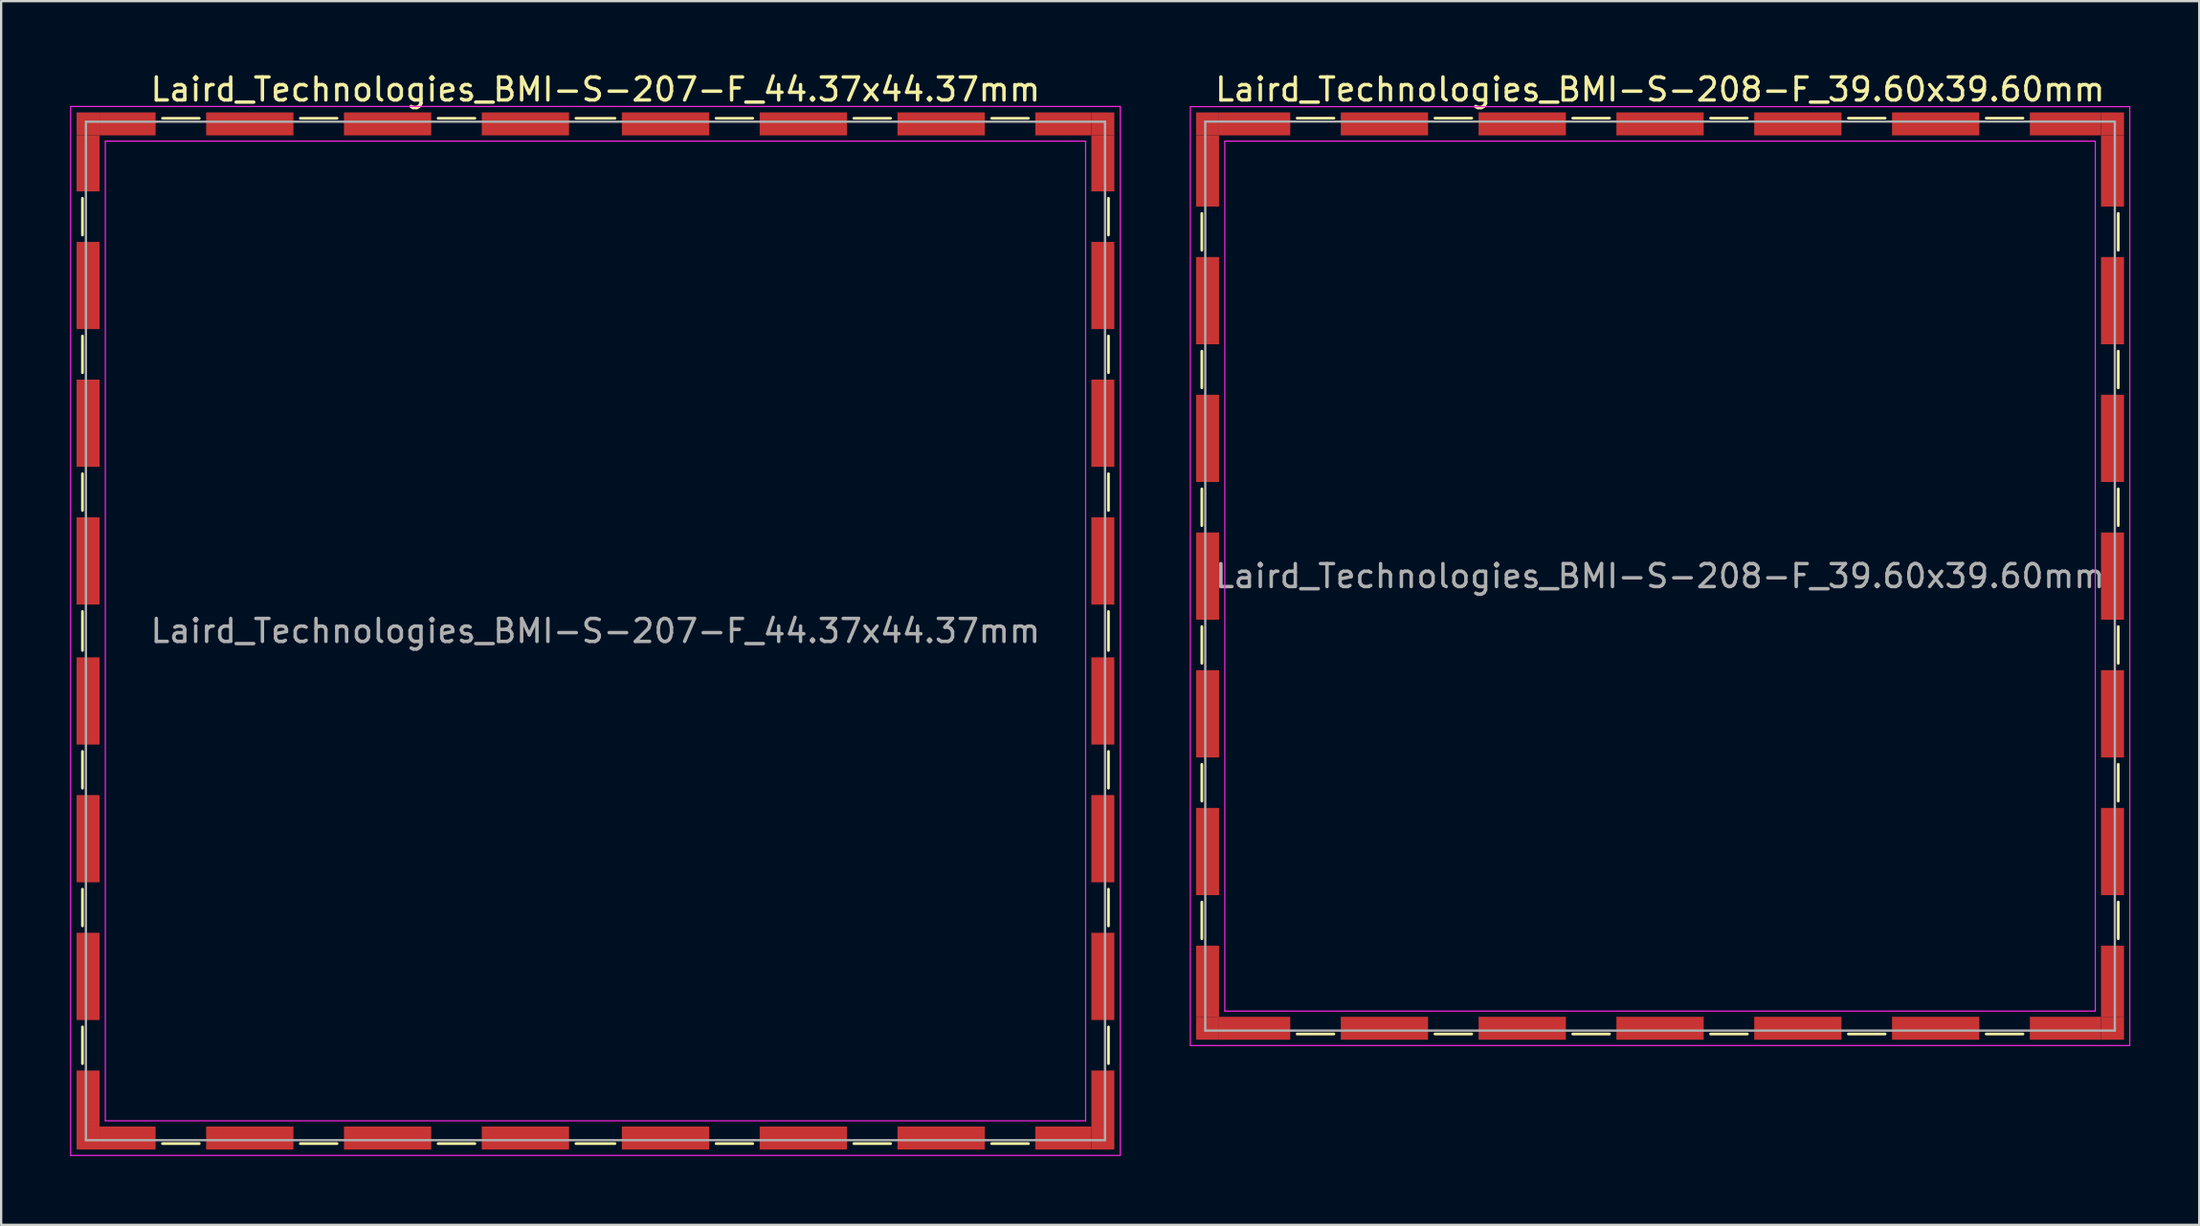
<source format=kicad_pcb>
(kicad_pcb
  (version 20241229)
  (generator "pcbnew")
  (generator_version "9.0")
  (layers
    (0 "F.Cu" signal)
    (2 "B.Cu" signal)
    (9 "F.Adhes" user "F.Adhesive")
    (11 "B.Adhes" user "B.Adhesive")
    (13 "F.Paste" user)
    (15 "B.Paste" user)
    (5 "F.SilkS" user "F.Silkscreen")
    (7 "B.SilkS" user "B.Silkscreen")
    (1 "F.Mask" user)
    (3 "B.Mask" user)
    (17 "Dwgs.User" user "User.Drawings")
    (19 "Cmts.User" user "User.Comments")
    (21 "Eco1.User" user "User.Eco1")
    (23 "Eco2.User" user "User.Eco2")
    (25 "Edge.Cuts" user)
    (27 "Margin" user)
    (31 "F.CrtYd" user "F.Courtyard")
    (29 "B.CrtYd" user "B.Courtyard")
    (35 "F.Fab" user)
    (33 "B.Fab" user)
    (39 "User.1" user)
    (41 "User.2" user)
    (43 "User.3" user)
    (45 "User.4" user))
  (footprint "Laird_Technologies_BMI-S-207-F_44.37x44.37mm"
    (layer "F.Cu")
    (at 22.875 24.438)
    (property "Reference" "Laird_Technologies_BMI-S-207-F_44.37x44.37mm" (at 0 -23.59 0) (layer "F.SilkS") (effects (font (size 1 1) (thickness 0.15))))
    (attr smd)
    (fp_line (start -22.335 -18.85) (end -22.335 -17.25) (stroke (width 0.12) (type solid)) (layer "F.SilkS"))
    (fp_line (start -22.335 -12.85) (end -22.335 -11.25) (stroke (width 0.12) (type solid)) (layer "F.SilkS"))
    (fp_line (start -22.335 -6.85) (end -22.335 -5.25) (stroke (width 0.12) (type solid)) (layer "F.SilkS"))
    (fp_line (start -22.335 -0.85) (end -22.335 0.85) (stroke (width 0.12) (type solid)) (layer "F.SilkS"))
    (fp_line (start -22.335 5.25) (end -22.335 6.85) (stroke (width 0.12) (type solid)) (layer "F.SilkS"))
    (fp_line (start -22.335 11.25) (end -22.335 12.85) (stroke (width 0.12) (type solid)) (layer "F.SilkS"))
    (fp_line (start -22.335 17.25) (end -22.335 18.85) (stroke (width 0.12) (type solid)) (layer "F.SilkS"))
    (fp_line (start -18.85 -22.335) (end -17.25 -22.335) (stroke (width 0.12) (type solid)) (layer "F.SilkS"))
    (fp_line (start -18.85 22.335) (end -17.25 22.335) (stroke (width 0.12) (type solid)) (layer "F.SilkS"))
    (fp_line (start -12.85 -22.335) (end -11.25 -22.335) (stroke (width 0.12) (type solid)) (layer "F.SilkS"))
    (fp_line (start -12.85 22.335) (end -11.25 22.335) (stroke (width 0.12) (type solid)) (layer "F.SilkS"))
    (fp_line (start -6.85 -22.335) (end -5.25 -22.335) (stroke (width 0.12) (type solid)) (layer "F.SilkS"))
    (fp_line (start -6.85 22.335) (end -5.25 22.335) (stroke (width 0.12) (type solid)) (layer "F.SilkS"))
    (fp_line (start -0.85 -22.335) (end 0.85 -22.335) (stroke (width 0.12) (type solid)) (layer "F.SilkS"))
    (fp_line (start -0.85 22.335) (end 0.85 22.335) (stroke (width 0.12) (type solid)) (layer "F.SilkS"))
    (fp_line (start 5.25 -22.335) (end 6.85 -22.335) (stroke (width 0.12) (type solid)) (layer "F.SilkS"))
    (fp_line (start 5.25 22.335) (end 6.85 22.335) (stroke (width 0.12) (type solid)) (layer "F.SilkS"))
    (fp_line (start 11.25 -22.335) (end 12.85 -22.335) (stroke (width 0.12) (type solid)) (layer "F.SilkS"))
    (fp_line (start 11.25 22.335) (end 12.85 22.335) (stroke (width 0.12) (type solid)) (layer "F.SilkS"))
    (fp_line (start 17.25 -22.335) (end 18.85 -22.335) (stroke (width 0.12) (type solid)) (layer "F.SilkS"))
    (fp_line (start 17.25 22.335) (end 18.85 22.335) (stroke (width 0.12) (type solid)) (layer "F.SilkS"))
    (fp_line (start 22.335 -18.85) (end 22.335 -17.25) (stroke (width 0.12) (type solid)) (layer "F.SilkS"))
    (fp_line (start 22.335 -12.85) (end 22.335 -11.25) (stroke (width 0.12) (type solid)) (layer "F.SilkS"))
    (fp_line (start 22.335 -6.85) (end 22.335 -5.25) (stroke (width 0.12) (type solid)) (layer "F.SilkS"))
    (fp_line (start 22.335 -0.85) (end 22.335 0.85) (stroke (width 0.12) (type solid)) (layer "F.SilkS"))
    (fp_line (start 22.335 5.25) (end 22.335 6.85) (stroke (width 0.12) (type solid)) (layer "F.SilkS"))
    (fp_line (start 22.335 11.25) (end 22.335 12.85) (stroke (width 0.12) (type solid)) (layer "F.SilkS"))
    (fp_line (start 22.335 17.25) (end 22.335 18.85) (stroke (width 0.12) (type solid)) (layer "F.SilkS"))
    (fp_line (start -22.85 -22.85) (end -22.85 22.85) (stroke (width 0.05) (type solid)) (layer "F.CrtYd"))
    (fp_line (start -22.85 22.85) (end 22.85 22.85) (stroke (width 0.05) (type solid)) (layer "F.CrtYd"))
    (fp_line (start -21.34 -21.34) (end -21.34 21.34) (stroke (width 0.05) (type solid)) (layer "F.CrtYd"))
    (fp_line (start 21.34 -21.34) (end -21.34 -21.34) (stroke (width 0.05) (type solid)) (layer "F.CrtYd"))
    (fp_line (start 21.34 -21.34) (end 21.34 21.34) (stroke (width 0.05) (type solid)) (layer "F.CrtYd"))
    (fp_line (start 21.34 21.34) (end -21.34 21.34) (stroke (width 0.05) (type solid)) (layer "F.CrtYd"))
    (fp_line (start 22.85 -22.85) (end -22.85 -22.85) (stroke (width 0.05) (type solid)) (layer "F.CrtYd"))
    (fp_line (start 22.85 22.85) (end 22.85 -22.85) (stroke (width 0.05) (type solid)) (layer "F.CrtYd"))
    (fp_line (start -22.185 -22.185) (end -22.185 22.185) (stroke (width 0.1) (type solid)) (layer "F.Fab"))
    (fp_line (start -22.185 22.185) (end 22.185 22.185) (stroke (width 0.1) (type solid)) (layer "F.Fab"))
    (fp_line (start 22.185 -22.185) (end -22.185 -22.185) (stroke (width 0.1) (type solid)) (layer "F.Fab"))
    (fp_line (start 22.185 22.185) (end 22.185 -22.185) (stroke (width 0.1) (type solid)) (layer "F.Fab"))
    (fp_text user "${REFERENCE}" (at 0 0 0) (layer "F.Fab") (effects (font (size 1 1) (thickness 0.15))))
    (pad "1" smd rect (at -22.09 -22.09) (size 1 1) (layers "F.Cu" "F.Mask" "F.Paste"))
    (pad "1" smd rect (at -22.09 -20.37) (size 1 2.44) (layers "F.Cu" "F.Mask" "F.Paste"))
    (pad "1" smd rect (at -22.09 -15.05) (size 1 3.8) (layers "F.Cu" "F.Mask" "F.Paste"))
    (pad "1" smd rect (at -22.09 -9.05) (size 1 3.8) (layers "F.Cu" "F.Mask" "F.Paste"))
    (pad "1" smd rect (at -22.09 -3.05) (size 1 3.8) (layers "F.Cu" "F.Mask" "F.Paste"))
    (pad "1" smd rect (at -22.09 3.05) (size 1 3.8) (layers "F.Cu" "F.Mask" "F.Paste"))
    (pad "1" smd rect (at -22.09 9.05) (size 1 3.8) (layers "F.Cu" "F.Mask" "F.Paste"))
    (pad "1" smd rect (at -22.09 15.05) (size 1 3.8) (layers "F.Cu" "F.Mask" "F.Paste"))
    (pad "1" smd rect (at -22.09 20.37) (size 1 2.44) (layers "F.Cu" "F.Mask" "F.Paste"))
    (pad "1" smd rect (at -22.09 22.09) (size 1 1) (layers "F.Cu" "F.Mask" "F.Paste"))
    (pad "1" smd rect (at -20.37 -22.09) (size 2.44 1) (layers "F.Cu" "F.Mask" "F.Paste"))
    (pad "1" smd rect (at -20.37 22.09) (size 2.44 1) (layers "F.Cu" "F.Mask" "F.Paste"))
    (pad "1" smd rect (at -15.05 -22.09) (size 3.8 1) (layers "F.Cu" "F.Mask" "F.Paste"))
    (pad "1" smd rect (at -15.05 22.09) (size 3.8 1) (layers "F.Cu" "F.Mask" "F.Paste"))
    (pad "1" smd rect (at -9.05 -22.09) (size 3.8 1) (layers "F.Cu" "F.Mask" "F.Paste"))
    (pad "1" smd rect (at -9.05 22.09) (size 3.8 1) (layers "F.Cu" "F.Mask" "F.Paste"))
    (pad "1" smd rect (at -3.05 -22.09) (size 3.8 1) (layers "F.Cu" "F.Mask" "F.Paste"))
    (pad "1" smd rect (at -3.05 22.09) (size 3.8 1) (layers "F.Cu" "F.Mask" "F.Paste"))
    (pad "1" smd rect (at 3.05 -22.09) (size 3.8 1) (layers "F.Cu" "F.Mask" "F.Paste"))
    (pad "1" smd rect (at 3.05 22.09) (size 3.8 1) (layers "F.Cu" "F.Mask" "F.Paste"))
    (pad "1" smd rect (at 9.05 -22.09) (size 3.8 1) (layers "F.Cu" "F.Mask" "F.Paste"))
    (pad "1" smd rect (at 9.05 22.09) (size 3.8 1) (layers "F.Cu" "F.Mask" "F.Paste"))
    (pad "1" smd rect (at 15.05 -22.09) (size 3.8 1) (layers "F.Cu" "F.Mask" "F.Paste"))
    (pad "1" smd rect (at 15.05 22.09) (size 3.8 1) (layers "F.Cu" "F.Mask" "F.Paste"))
    (pad "1" smd rect (at 20.37 -22.09) (size 2.44 1) (layers "F.Cu" "F.Mask" "F.Paste"))
    (pad "1" smd rect (at 20.37 22.09) (size 2.44 1) (layers "F.Cu" "F.Mask" "F.Paste"))
    (pad "1" smd rect (at 22.09 -22.09) (size 1 1) (layers "F.Cu" "F.Mask" "F.Paste"))
    (pad "1" smd rect (at 22.09 -20.37) (size 1 2.44) (layers "F.Cu" "F.Mask" "F.Paste"))
    (pad "1" smd rect (at 22.09 -15.05) (size 1 3.8) (layers "F.Cu" "F.Mask" "F.Paste"))
    (pad "1" smd rect (at 22.09 -9.05) (size 1 3.8) (layers "F.Cu" "F.Mask" "F.Paste"))
    (pad "1" smd rect (at 22.09 -3.05) (size 1 3.8) (layers "F.Cu" "F.Mask" "F.Paste"))
    (pad "1" smd rect (at 22.09 3.05) (size 1 3.8) (layers "F.Cu" "F.Mask" "F.Paste"))
    (pad "1" smd rect (at 22.09 9.05) (size 1 3.8) (layers "F.Cu" "F.Mask" "F.Paste"))
    (pad "1" smd rect (at 22.09 15.05) (size 1 3.8) (layers "F.Cu" "F.Mask" "F.Paste"))
    (pad "1" smd rect (at 22.09 20.37) (size 1 2.44) (layers "F.Cu" "F.Mask" "F.Paste"))
    (pad "1" smd rect (at 22.09 22.09) (size 1 1) (layers "F.Cu" "F.Mask" "F.Paste")))
  (footprint "Laird_Technologies_BMI-S-208-F_39.60x39.60mm"
    (layer "F.Cu")
    (at 69.225 22.048)
    (property "Reference" "Laird_Technologies_BMI-S-208-F_39.60x39.60mm" (at 0 -21.2 0) (layer "F.SilkS") (effects (font (size 1 1) (thickness 0.15))))
    (attr smd)
    (fp_line (start -19.95 -15.8) (end -19.95 -14.2) (stroke (width 0.12) (type solid)) (layer "F.SilkS"))
    (fp_line (start -19.95 -9.8) (end -19.95 -8.2) (stroke (width 0.12) (type solid)) (layer "F.SilkS"))
    (fp_line (start -19.95 -3.8) (end -19.95 -2.2) (stroke (width 0.12) (type solid)) (layer "F.SilkS"))
    (fp_line (start -19.95 2.2) (end -19.95 3.8) (stroke (width 0.12) (type solid)) (layer "F.SilkS"))
    (fp_line (start -19.95 8.2) (end -19.95 9.8) (stroke (width 0.12) (type solid)) (layer "F.SilkS"))
    (fp_line (start -19.95 14.2) (end -19.95 15.8) (stroke (width 0.12) (type solid)) (layer "F.SilkS"))
    (fp_line (start -15.8 -19.95) (end -14.2 -19.95) (stroke (width 0.12) (type solid)) (layer "F.SilkS"))
    (fp_line (start -15.8 19.95) (end -14.2 19.95) (stroke (width 0.12) (type solid)) (layer "F.SilkS"))
    (fp_line (start -9.8 -19.95) (end -8.2 -19.95) (stroke (width 0.12) (type solid)) (layer "F.SilkS"))
    (fp_line (start -9.8 19.95) (end -8.2 19.95) (stroke (width 0.12) (type solid)) (layer "F.SilkS"))
    (fp_line (start -3.8 -19.95) (end -2.2 -19.95) (stroke (width 0.12) (type solid)) (layer "F.SilkS"))
    (fp_line (start -3.8 19.95) (end -2.2 19.95) (stroke (width 0.12) (type solid)) (layer "F.SilkS"))
    (fp_line (start 2.2 -19.95) (end 3.8 -19.95) (stroke (width 0.12) (type solid)) (layer "F.SilkS"))
    (fp_line (start 2.2 19.95) (end 3.8 19.95) (stroke (width 0.12) (type solid)) (layer "F.SilkS"))
    (fp_line (start 8.2 -19.95) (end 9.8 -19.95) (stroke (width 0.12) (type solid)) (layer "F.SilkS"))
    (fp_line (start 8.2 19.95) (end 9.8 19.95) (stroke (width 0.12) (type solid)) (layer "F.SilkS"))
    (fp_line (start 14.2 -19.95) (end 15.8 -19.95) (stroke (width 0.12) (type solid)) (layer "F.SilkS"))
    (fp_line (start 14.2 19.95) (end 15.8 19.95) (stroke (width 0.12) (type solid)) (layer "F.SilkS"))
    (fp_line (start 19.95 -15.8) (end 19.95 -14.2) (stroke (width 0.12) (type solid)) (layer "F.SilkS"))
    (fp_line (start 19.95 -9.8) (end 19.95 -8.2) (stroke (width 0.12) (type solid)) (layer "F.SilkS"))
    (fp_line (start 19.95 -3.8) (end 19.95 -2.2) (stroke (width 0.12) (type solid)) (layer "F.SilkS"))
    (fp_line (start 19.95 2.2) (end 19.95 3.8) (stroke (width 0.12) (type solid)) (layer "F.SilkS"))
    (fp_line (start 19.95 8.2) (end 19.95 9.8) (stroke (width 0.12) (type solid)) (layer "F.SilkS"))
    (fp_line (start 19.95 14.2) (end 19.95 15.8) (stroke (width 0.12) (type solid)) (layer "F.SilkS"))
    (fp_line (start -20.45 -20.45) (end -20.45 20.45) (stroke (width 0.05) (type solid)) (layer "F.CrtYd"))
    (fp_line (start -20.45 20.45) (end 20.45 20.45) (stroke (width 0.05) (type solid)) (layer "F.CrtYd"))
    (fp_line (start -18.95 -18.95) (end -18.95 18.95) (stroke (width 0.05) (type solid)) (layer "F.CrtYd"))
    (fp_line (start 18.95 -18.95) (end -18.95 -18.95) (stroke (width 0.05) (type solid)) (layer "F.CrtYd"))
    (fp_line (start 18.95 -18.95) (end 18.95 18.95) (stroke (width 0.05) (type solid)) (layer "F.CrtYd"))
    (fp_line (start 18.95 18.95) (end -18.95 18.95) (stroke (width 0.05) (type solid)) (layer "F.CrtYd"))
    (fp_line (start 20.45 -20.45) (end -20.45 -20.45) (stroke (width 0.05) (type solid)) (layer "F.CrtYd"))
    (fp_line (start 20.45 20.45) (end 20.45 -20.45) (stroke (width 0.05) (type solid)) (layer "F.CrtYd"))
    (fp_line (start -19.8 -19.8) (end -19.8 19.8) (stroke (width 0.1) (type solid)) (layer "F.Fab"))
    (fp_line (start -19.8 19.8) (end 19.8 19.8) (stroke (width 0.1) (type solid)) (layer "F.Fab"))
    (fp_line (start 19.8 -19.8) (end -19.8 -19.8) (stroke (width 0.1) (type solid)) (layer "F.Fab"))
    (fp_line (start 19.8 19.8) (end 19.8 -19.8) (stroke (width 0.1) (type solid)) (layer "F.Fab"))
    (fp_text user "${REFERENCE}" (at 0 0 0) (layer "F.Fab") (effects (font (size 1 1) (thickness 0.15))))
    (pad "1" smd rect (at -19.7 -19.7) (size 1 1) (layers "F.Cu" "F.Mask" "F.Paste"))
    (pad "1" smd rect (at -19.7 -17.65) (size 1 3.1) (layers "F.Cu" "F.Mask" "F.Paste"))
    (pad "1" smd rect (at -19.7 -12) (size 1 3.8) (layers "F.Cu" "F.Mask" "F.Paste"))
    (pad "1" smd rect (at -19.7 -6) (size 1 3.8) (layers "F.Cu" "F.Mask" "F.Paste"))
    (pad "1" smd rect (at -19.7 0) (size 1 3.8) (layers "F.Cu" "F.Mask" "F.Paste"))
    (pad "1" smd rect (at -19.7 6) (size 1 3.8) (layers "F.Cu" "F.Mask" "F.Paste"))
    (pad "1" smd rect (at -19.7 12) (size 1 3.8) (layers "F.Cu" "F.Mask" "F.Paste"))
    (pad "1" smd rect (at -19.7 17.65) (size 1 3.1) (layers "F.Cu" "F.Mask" "F.Paste"))
    (pad "1" smd rect (at -19.7 19.7) (size 1 1) (layers "F.Cu" "F.Mask" "F.Paste"))
    (pad "1" smd rect (at -17.65 -19.7) (size 3.1 1) (layers "F.Cu" "F.Mask" "F.Paste"))
    (pad "1" smd rect (at -17.65 19.7) (size 3.1 1) (layers "F.Cu" "F.Mask" "F.Paste"))
    (pad "1" smd rect (at -12 -19.7) (size 3.8 1) (layers "F.Cu" "F.Mask" "F.Paste"))
    (pad "1" smd rect (at -12 19.7) (size 3.8 1) (layers "F.Cu" "F.Mask" "F.Paste"))
    (pad "1" smd rect (at -6 -19.7) (size 3.8 1) (layers "F.Cu" "F.Mask" "F.Paste"))
    (pad "1" smd rect (at -6 19.7) (size 3.8 1) (layers "F.Cu" "F.Mask" "F.Paste"))
    (pad "1" smd rect (at 0 -19.7) (size 3.8 1) (layers "F.Cu" "F.Mask" "F.Paste"))
    (pad "1" smd rect (at 0 19.7) (size 3.8 1) (layers "F.Cu" "F.Mask" "F.Paste"))
    (pad "1" smd rect (at 6 -19.7) (size 3.8 1) (layers "F.Cu" "F.Mask" "F.Paste"))
    (pad "1" smd rect (at 6 19.7) (size 3.8 1) (layers "F.Cu" "F.Mask" "F.Paste"))
    (pad "1" smd rect (at 12 -19.7) (size 3.8 1) (layers "F.Cu" "F.Mask" "F.Paste"))
    (pad "1" smd rect (at 12 19.7) (size 3.8 1) (layers "F.Cu" "F.Mask" "F.Paste"))
    (pad "1" smd rect (at 17.65 -19.7) (size 3.1 1) (layers "F.Cu" "F.Mask" "F.Paste"))
    (pad "1" smd rect (at 17.65 19.7) (size 3.1 1) (layers "F.Cu" "F.Mask" "F.Paste"))
    (pad "1" smd rect (at 19.7 -19.7) (size 1 1) (layers "F.Cu" "F.Mask" "F.Paste"))
    (pad "1" smd rect (at 19.7 -17.65) (size 1 3.1) (layers "F.Cu" "F.Mask" "F.Paste"))
    (pad "1" smd rect (at 19.7 -12) (size 1 3.8) (layers "F.Cu" "F.Mask" "F.Paste"))
    (pad "1" smd rect (at 19.7 -6) (size 1 3.8) (layers "F.Cu" "F.Mask" "F.Paste"))
    (pad "1" smd rect (at 19.7 0) (size 1 3.8) (layers "F.Cu" "F.Mask" "F.Paste"))
    (pad "1" smd rect (at 19.7 6) (size 1 3.8) (layers "F.Cu" "F.Mask" "F.Paste"))
    (pad "1" smd rect (at 19.7 12) (size 1 3.8) (layers "F.Cu" "F.Mask" "F.Paste"))
    (pad "1" smd rect (at 19.7 17.65) (size 1 3.1) (layers "F.Cu" "F.Mask" "F.Paste"))
    (pad "1" smd rect (at 19.7 19.7) (size 1 1) (layers "F.Cu" "F.Mask" "F.Paste")))
  (gr_rect
    (start -3 -3)
    (end 92.7 50.313)
    (stroke (width 0.1) (type default))
    (fill no)
    (layer "Edge.Cuts")))
</source>
